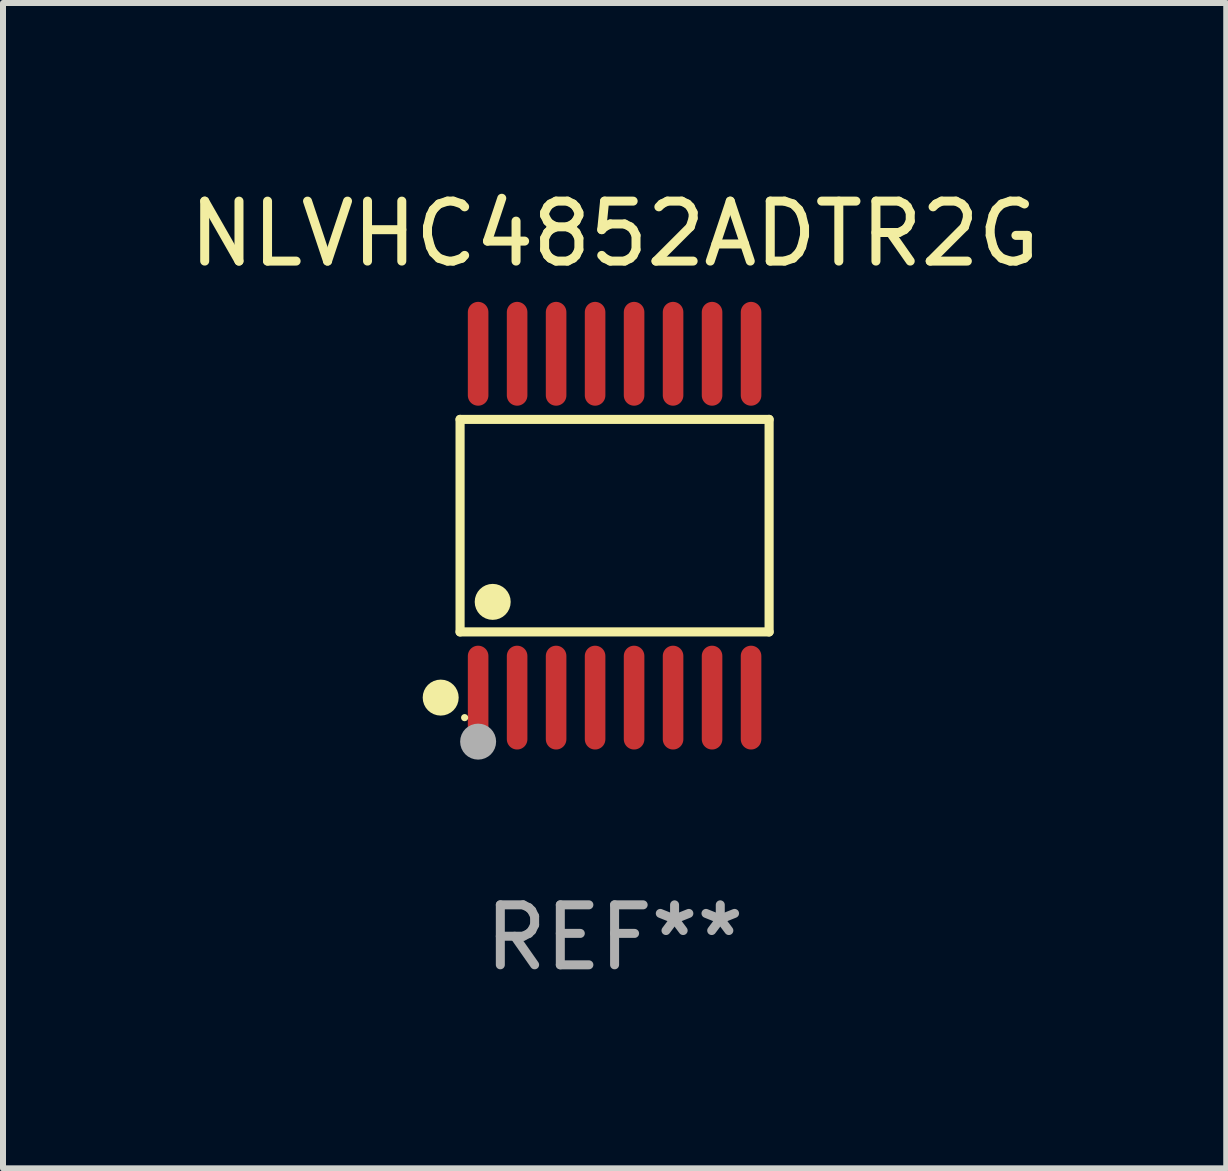
<source format=kicad_pcb>
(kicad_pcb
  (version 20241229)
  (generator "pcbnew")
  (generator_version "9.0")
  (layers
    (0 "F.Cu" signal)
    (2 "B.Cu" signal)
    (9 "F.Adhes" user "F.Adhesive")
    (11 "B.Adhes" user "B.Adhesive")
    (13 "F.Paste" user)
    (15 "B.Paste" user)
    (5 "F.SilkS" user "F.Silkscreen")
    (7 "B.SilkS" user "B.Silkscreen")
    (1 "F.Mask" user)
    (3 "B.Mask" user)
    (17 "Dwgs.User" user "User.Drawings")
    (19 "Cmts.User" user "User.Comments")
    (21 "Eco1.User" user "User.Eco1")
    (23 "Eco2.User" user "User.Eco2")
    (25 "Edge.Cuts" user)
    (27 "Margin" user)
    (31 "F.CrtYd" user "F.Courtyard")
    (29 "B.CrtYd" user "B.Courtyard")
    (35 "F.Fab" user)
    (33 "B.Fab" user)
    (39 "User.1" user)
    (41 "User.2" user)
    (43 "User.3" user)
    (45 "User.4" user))
  (footprint "NLVHC4852ADTR2G"
    (layer "F.Cu")
    (at 7.196 5.714)
    (property "Reference" "NLVHC4852ADTR2G" (at 0 -4.866 0) (layer "F.SilkS") (effects (font (size 1 1) (thickness 0.15))))
    (attr through_hole)
    (fp_line (start -2.576 -1.772) (end 2.576 -1.772) (stroke (width 0.152) (type solid)) (layer "F.SilkS"))
    (fp_line (start -2.576 1.771) (end -2.576 -1.772) (stroke (width 0.152) (type solid)) (layer "F.SilkS"))
    (fp_line (start 2.576 -1.772) (end 2.576 1.771) (stroke (width 0.152) (type solid)) (layer "F.SilkS"))
    (fp_line (start 2.576 1.771) (end -2.576 1.771) (stroke (width 0.152) (type solid)) (layer "F.SilkS"))
    (fp_circle (center -2.899 2.866) (end -2.749 2.866) (stroke (width 0.3) (type solid)) (fill no) (layer "F.SilkS"))
    (fp_circle (center -2.5 3.2) (end -2.47 3.2) (stroke (width 0.06) (type solid)) (fill no) (layer "F.SilkS"))
    (fp_circle (center -2.032 1.27) (end -1.882 1.27) (stroke (width 0.3) (type solid)) (fill no) (layer "F.SilkS"))
    (fp_circle (center -2.275 3.6) (end -2.125 3.6) (stroke (width 0.3) (type solid)) (fill no) (layer "F.Fab"))
    (fp_text user "REF**" (at 0 6.866 0) (layer "F.Fab") (effects (font (size 1 1) (thickness 0.15))))
    (pad "1" smd oval (at -2.275 2.866) (size 0.343 1.731) (layers "F.Cu" "F.Mask" "F.Paste"))
    (pad "2" smd oval (at -1.625 2.866) (size 0.343 1.731) (layers "F.Cu" "F.Mask" "F.Paste"))
    (pad "3" smd oval (at -0.975 2.866) (size 0.343 1.731) (layers "F.Cu" "F.Mask" "F.Paste"))
    (pad "4" smd oval (at -0.325 2.866) (size 0.343 1.731) (layers "F.Cu" "F.Mask" "F.Paste"))
    (pad "5" smd oval (at 0.325 2.866) (size 0.343 1.731) (layers "F.Cu" "F.Mask" "F.Paste"))
    (pad "6" smd oval (at 0.975 2.866) (size 0.343 1.731) (layers "F.Cu" "F.Mask" "F.Paste"))
    (pad "7" smd oval (at 1.625 2.866) (size 0.343 1.731) (layers "F.Cu" "F.Mask" "F.Paste"))
    (pad "8" smd oval (at 2.275 2.866) (size 0.343 1.731) (layers "F.Cu" "F.Mask" "F.Paste"))
    (pad "9" smd oval (at 2.275 -2.866) (size 0.343 1.731) (layers "F.Cu" "F.Mask" "F.Paste"))
    (pad "10" smd oval (at 1.625 -2.866) (size 0.343 1.731) (layers "F.Cu" "F.Mask" "F.Paste"))
    (pad "11" smd oval (at 0.975 -2.866) (size 0.343 1.731) (layers "F.Cu" "F.Mask" "F.Paste"))
    (pad "12" smd oval (at 0.325 -2.866) (size 0.343 1.731) (layers "F.Cu" "F.Mask" "F.Paste"))
    (pad "13" smd oval (at -0.325 -2.866) (size 0.343 1.731) (layers "F.Cu" "F.Mask" "F.Paste"))
    (pad "14" smd oval (at -0.975 -2.866) (size 0.343 1.731) (layers "F.Cu" "F.Mask" "F.Paste"))
    (pad "15" smd oval (at -1.625 -2.866) (size 0.343 1.731) (layers "F.Cu" "F.Mask" "F.Paste"))
    (pad "16" smd oval (at -2.275 -2.866) (size 0.343 1.731) (layers "F.Cu" "F.Mask" "F.Paste")))
  (gr_rect
    (start -3 -3)
    (end 17.393 16.428)
    (stroke (width 0.1) (type default))
    (fill no)
    (layer "Edge.Cuts")))
</source>
